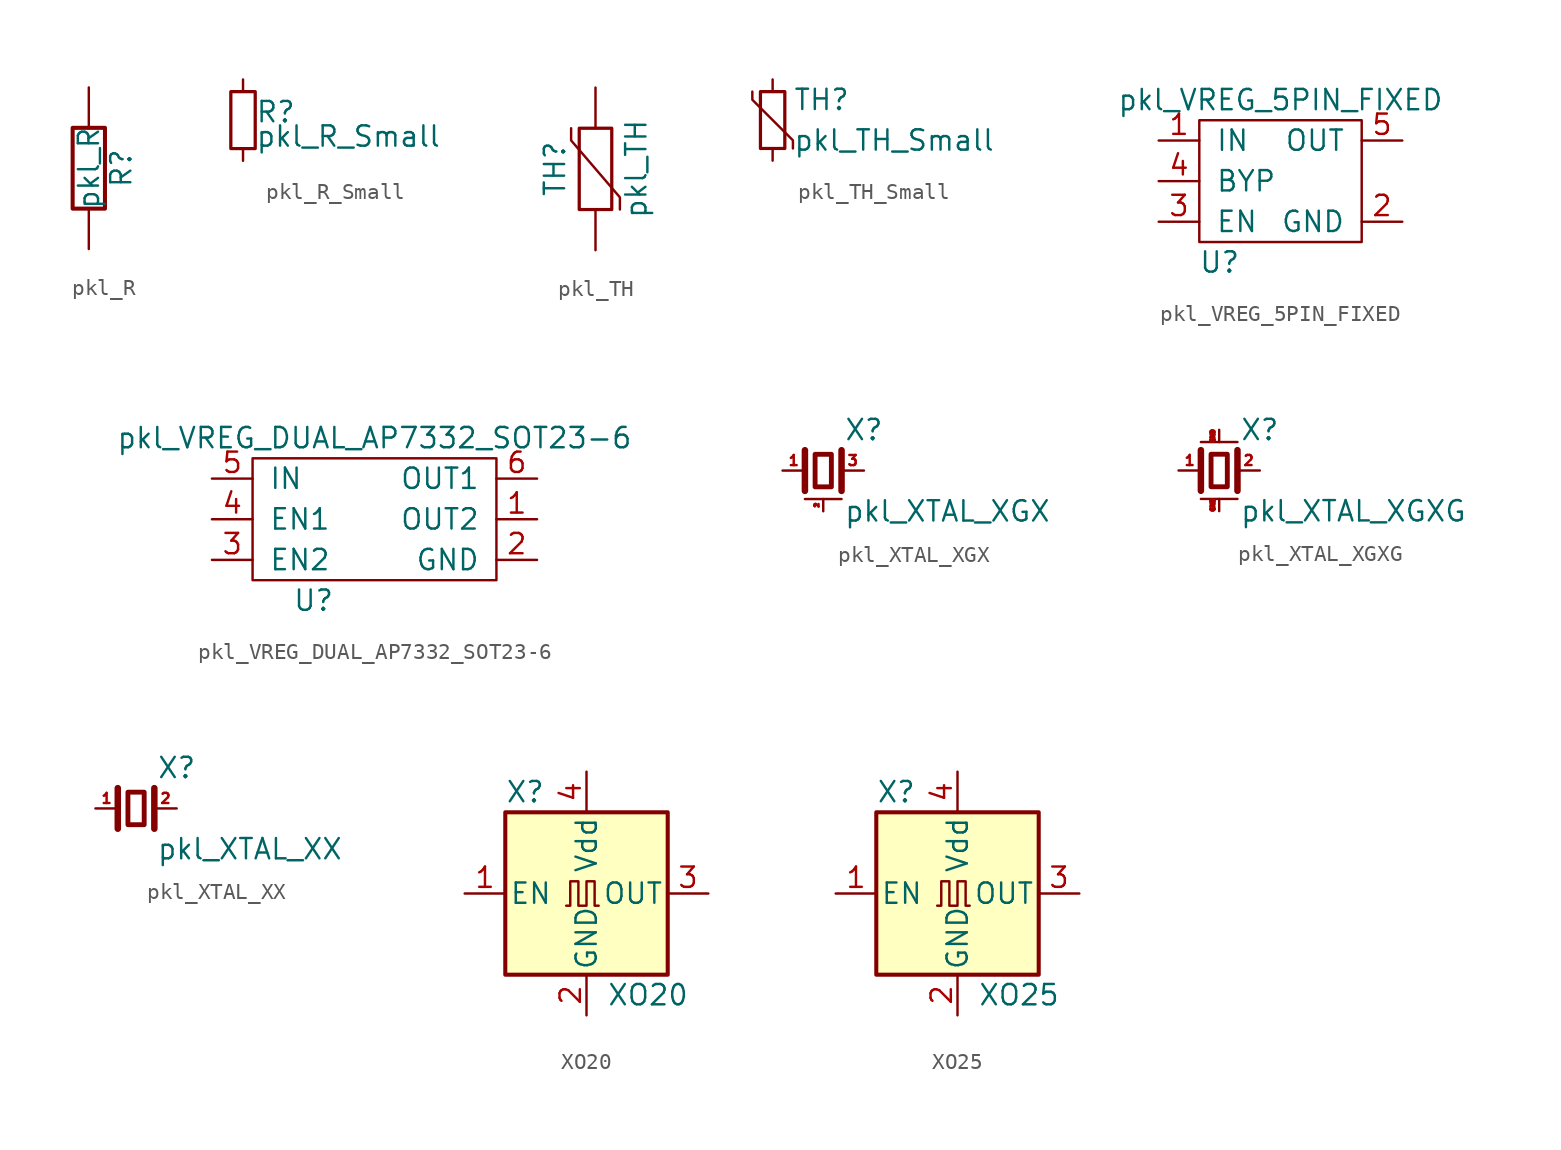
<source format=kicad_sym>
(kicad_symbol_lib
  (version 20220914)
  (generator kicad_symbol_editor)
  (symbol "pkl_R"
    (pin_numbers hide)
    (pin_names
      (offset 0))
    (property "Reference" "R"
      (at 2.032 0 90)
      (effects (font (size 1.27 1.27))))
    (property "Value" "pkl_R"
      (at 0 0 90)
      (effects (font (size 1.27 1.27))))
    (symbol "pkl_R_0_1"
      (rectangle (start -1.016 -2.54) (end 1.016 2.54) (stroke (width 0.254) (type default)) (fill (type none))))
    (symbol "pkl_R_1_1"
      (pin passive line (at 0 5.08 270) (length 2.54) (name "~" (effects (font (size 1.27 1.27)))) (number "1" (effects (font (size 1.27 1.27)))))
      (pin passive line (at 0 -5.08 90) (length 2.54) (name "~" (effects (font (size 1.27 1.27)))) (number "2" (effects (font (size 1.27 1.27)))))))
  (symbol "pkl_R_Small"
    (pin_numbers hide)
    (pin_names
      (offset 0.254) hide)
    (property "Reference" "R"
      (at 0.762 0.508 0)
      (effects (font (size 1.27 1.27)) (justify left)))
    (property "Value" "pkl_R_Small"
      (at 0.762 -1.016 0)
      (effects (font (size 1.27 1.27)) (justify left)))
    (symbol "pkl_R_Small_0_1"
      (rectangle (start -0.762 1.778) (end 0.762 -1.778) (stroke (width 0.203) (type default)) (fill (type none))))
    (symbol "pkl_R_Small_1_1"
      (pin passive line (at 0 2.54 270) (length 0.762) (name "~" (effects (font (size 1.016 1.016)))) (number "1" (effects (font (size 1.016 1.016)))))
      (pin passive line (at 0 -2.54 90) (length 0.762) (name "~" (effects (font (size 1.016 1.016)))) (number "2" (effects (font (size 1.016 1.016)))))))
  (symbol "pkl_TH"
    (pin_numbers hide)
    (pin_names
      (offset 0))
    (property "Reference" "TH"
      (at -2.54 0 90)
      (effects (font (size 1.27 1.27))))
    (property "Value" "pkl_TH"
      (at 2.54 0 90)
      (effects (font (size 1.27 1.27))))
    (symbol "pkl_TH_0_1"
      (rectangle (start -1.016 2.54) (end 1.016 -2.54) (stroke (width 0.203) (type default)) (fill (type none)))
      (polyline (pts (xy -1.524 2.54) (xy -1.524 1.778) (xy 1.524 -1.778) (xy 1.524 -2.54)) (stroke (width 0) (type default)) (fill (type none))))
    (symbol "pkl_TH_1_1"
      (pin passive line (at 0 5.08 270) (length 2.54) (name "~" (effects (font (size 1.27 1.27)))) (number "1" (effects (font (size 1.27 1.27)))))
      (pin passive line (at 0 -5.08 90) (length 2.54) (name "~" (effects (font (size 1.27 1.27)))) (number "2" (effects (font (size 1.27 1.27)))))))
  (symbol "pkl_TH_Small"
    (pin_numbers hide)
    (pin_names
      (offset 0))
    (property "Reference" "TH"
      (at 1.27 1.27 0)
      (effects (font (size 1.27 1.27)) (justify left)))
    (property "Value" "pkl_TH_Small"
      (at 1.27 -1.27 0)
      (effects (font (size 1.27 1.27)) (justify left)))
    (symbol "pkl_TH_Small_0_1"
      (rectangle (start -0.762 1.778) (end 0.762 -1.778) (stroke (width 0.203) (type default)) (fill (type none)))
      (polyline (pts (xy -1.27 1.778) (xy -1.27 1.27) (xy 1.27 -1.27) (xy 1.27 -1.778)) (stroke (width 0) (type default)) (fill (type none))))
    (symbol "pkl_TH_Small_1_1"
      (pin passive line (at 0 2.54 270) (length 0.762) (name "~" (effects (font (size 1.27 1.27)))) (number "1" (effects (font (size 1.27 1.27)))))
      (pin passive line (at 0 -2.54 90) (length 0.762) (name "~" (effects (font (size 1.27 1.27)))) (number "2" (effects (font (size 1.27 1.27)))))))
  (symbol "pkl_VREG_5PIN_FIXED"
    (pin_names
      (offset 1.016))
    (property "Reference" "U"
      (at -3.81 -5.08 0)
      (effects (font (size 1.27 1.27))))
    (property "Value" "pkl_VREG_5PIN_FIXED"
      (at 0 5.08 0)
      (effects (font (size 1.27 1.27))))
    (symbol "pkl_VREG_5PIN_FIXED_0_1"
      (rectangle (start -5.08 3.81) (end 5.08 -3.81) (stroke (width 0) (type default)) (fill (type none))))
    (symbol "pkl_VREG_5PIN_FIXED_1_1"
      (pin power_in line (at -7.62 2.54 0) (length 2.54) (name "IN" (effects (font (size 1.27 1.27)))) (number "1" (effects (font (size 1.27 1.27)))))
      (pin power_in line (at 7.62 -2.54 180) (length 2.54) (name "GND" (effects (font (size 1.27 1.27)))) (number "2" (effects (font (size 1.27 1.27)))))
      (pin input line (at -7.62 -2.54 0) (length 2.54) (name "EN" (effects (font (size 1.27 1.27)))) (number "3" (effects (font (size 1.27 1.27)))))
      (pin power_out line (at -7.62 0 0) (length 2.54) (name "BYP" (effects (font (size 1.27 1.27)))) (number "4" (effects (font (size 1.27 1.27)))))
      (pin power_out line (at 7.62 2.54 180) (length 2.54) (name "OUT" (effects (font (size 1.27 1.27)))) (number "5" (effects (font (size 1.27 1.27)))))))
  (symbol "pkl_VREG_DUAL_AP7332_SOT23-6"
    (pin_names
      (offset 1.016))
    (property "Reference" "U"
      (at -3.81 -5.08 0)
      (effects (font (size 1.27 1.27))))
    (property "Value" "pkl_VREG_DUAL_AP7332_SOT23-6"
      (at 0 5.08 0)
      (effects (font (size 1.27 1.27))))
    (symbol "pkl_VREG_DUAL_AP7332_SOT23-6_0_1"
      (rectangle (start -7.62 3.81) (end 7.62 -3.81) (stroke (width 0) (type default)) (fill (type none))))
    (symbol "pkl_VREG_DUAL_AP7332_SOT23-6_1_1"
      (pin power_out line (at 10.16 0 180) (length 2.54) (name "OUT2" (effects (font (size 1.27 1.27)))) (number "1" (effects (font (size 1.27 1.27)))))
      (pin power_in line (at 10.16 -2.54 180) (length 2.54) (name "GND" (effects (font (size 1.27 1.27)))) (number "2" (effects (font (size 1.27 1.27)))))
      (pin input line (at -10.16 -2.54 0) (length 2.54) (name "EN2" (effects (font (size 1.27 1.27)))) (number "3" (effects (font (size 1.27 1.27)))))
      (pin input line (at -10.16 0 0) (length 2.54) (name "EN1" (effects (font (size 1.27 1.27)))) (number "4" (effects (font (size 1.27 1.27)))))
      (pin power_in line (at -10.16 2.54 0) (length 2.54) (name "IN" (effects (font (size 1.27 1.27)))) (number "5" (effects (font (size 1.27 1.27)))))
      (pin power_out line (at 10.16 2.54 180) (length 2.54) (name "OUT1" (effects (font (size 1.27 1.27)))) (number "6" (effects (font (size 1.27 1.27)))))))
  (symbol "pkl_XTAL_XGX"
    (pin_names
      (offset 1.016) hide)
    (property "Reference" "X"
      (at 2.54 2.54 0)
      (effects (font (size 1.27 1.27))))
    (property "Value" "pkl_XTAL_XGX"
      (at 1.27 -2.54 0)
      (effects (font (size 1.27 1.27)) (justify left)))
    (symbol "pkl_XTAL_XGX_0_1"
      (polyline (pts (xy -1.143 -1.778) (xy 1.143 -1.778)) (stroke (width 0) (type default)) (fill (type none)))
      (polyline (pts (xy -1.143 1.27) (xy -1.143 -1.27)) (stroke (width 0.406) (type default)) (fill (type none)))
      (polyline (pts (xy 1.143 1.27) (xy 1.143 -1.27)) (stroke (width 0.406) (type default)) (fill (type none)))
      (polyline (pts (xy -0.508 1.016) (xy 0.508 1.016) (xy 0.508 -1.016) (xy -0.508 -1.016) (xy -0.508 1.016)) (stroke (width 0.305) (type default)) (fill (type none))))
    (symbol "pkl_XTAL_XGX_1_1"
      (pin passive line (at -2.54 0 0) (length 1.397) (name "1" (effects (font (size 0.508 0.508)))) (number "1" (effects (font (size 0.635 0.635)))))
      (pin passive line (at 0 -2.54 90) (length 0.762) (name "case" (effects (font (size 0.508 0.508)))) (number "2" (effects (font (size 0.254 0.254)))))
      (pin passive line (at 2.54 0 180) (length 1.397) (name "3" (effects (font (size 0.508 0.508)))) (number "3" (effects (font (size 0.635 0.635)))))))
  (symbol "pkl_XTAL_XGXG"
    (pin_names
      (offset 1.016) hide)
    (property "Reference" "X"
      (at 2.54 2.54 0)
      (effects (font (size 1.27 1.27))))
    (property "Value" "pkl_XTAL_XGXG"
      (at 1.27 -2.54 0)
      (effects (font (size 1.27 1.27)) (justify left)))
    (symbol "pkl_XTAL_XGXG_0_1"
      (polyline (pts (xy -1.143 -1.778) (xy 1.143 -1.778)) (stroke (width 0) (type default)) (fill (type none)))
      (polyline (pts (xy -1.143 1.27) (xy -1.143 -1.27)) (stroke (width 0.406) (type default)) (fill (type none)))
      (polyline (pts (xy -1.143 1.778) (xy 1.143 1.778)) (stroke (width 0) (type default)) (fill (type none)))
      (polyline (pts (xy 1.143 1.27) (xy 1.143 -1.27)) (stroke (width 0.406) (type default)) (fill (type none)))
      (polyline (pts (xy -0.508 1.016) (xy 0.508 1.016) (xy 0.508 -1.016) (xy -0.508 -1.016) (xy -0.508 1.016)) (stroke (width 0.305) (type default)) (fill (type none))))
    (symbol "pkl_XTAL_XGXG_1_1"
      (pin passive line (at -2.54 0 0) (length 1.397) (name "1" (effects (font (size 0.508 0.508)))) (number "1" (effects (font (size 0.635 0.635)))))
      (pin passive line (at 2.54 0 180) (length 1.397) (name "2" (effects (font (size 0.508 0.508)))) (number "2" (effects (font (size 0.635 0.635)))))
      (pin passive line (at 0 -2.54 90) (length 0.762) (name "case" (effects (font (size 0.508 0.508)))) (number "GND" (effects (font (size 0.254 0.254)))))
      (pin passive line (at 0 2.54 270) (length 0.762) (name "case" (effects (font (size 0.508 0.508)))) (number "GND" (effects (font (size 0.254 0.254)))))))
  (symbol "pkl_XTAL_XX"
    (pin_names
      (offset 1.016) hide)
    (property "Reference" "X"
      (at 2.54 2.54 0)
      (effects (font (size 1.27 1.27))))
    (property "Value" "pkl_XTAL_XX"
      (at 1.27 -2.54 0)
      (effects (font (size 1.27 1.27)) (justify left)))
    (symbol "pkl_XTAL_XX_0_1"
      (polyline (pts (xy -1.143 1.27) (xy -1.143 -1.27)) (stroke (width 0.406) (type default)) (fill (type none)))
      (polyline (pts (xy 1.143 1.27) (xy 1.143 -1.27)) (stroke (width 0.406) (type default)) (fill (type none)))
      (polyline (pts (xy -0.508 1.016) (xy 0.508 1.016) (xy 0.508 -1.016) (xy -0.508 -1.016) (xy -0.508 1.016)) (stroke (width 0.305) (type default)) (fill (type none))))
    (symbol "pkl_XTAL_XX_1_1"
      (pin passive line (at -2.54 0 0) (length 1.397) (name "1" (effects (font (size 0.508 0.508)))) (number "1" (effects (font (size 0.635 0.635)))))
      (pin passive line (at 2.54 0 180) (length 1.397) (name "2" (effects (font (size 0.508 0.508)))) (number "2" (effects (font (size 0.635 0.635)))))))
  (symbol "XO20"
    (pin_names
      (offset 0.254))
    (property "Reference" "X"
      (at -5.08 6.35 0)
      (effects (font (size 1.27 1.27)) (justify left)))
    (property "Value" "XO20"
      (at 1.27 -6.35 0)
      (effects (font (size 1.27 1.27)) (justify left)))
    (symbol "XO20_0_1"
      (rectangle (start -5.08 5.08) (end 5.08 -5.08) (stroke (width 0.254) (type default)) (fill (type background)))
      (polyline (pts (xy -1.27 -0.762) (xy -1.016 -0.762) (xy -1.016 0.762) (xy -0.508 0.762) (xy -0.508 -0.762) (xy 0 -0.762) (xy 0 0.762) (xy 0.508 0.762) (xy 0.508 -0.762) (xy 0.762 -0.762)) (stroke (width 0) (type default)) (fill (type none))))
    (symbol "XO20_1_1"
      (pin input line (at -7.62 0 0) (length 2.54) (name "EN" (effects (font (size 1.27 1.27)))) (number "1" (effects (font (size 1.27 1.27)))))
      (pin power_in line (at 0 -7.62 90) (length 2.54) (name "GND" (effects (font (size 1.27 1.27)))) (number "2" (effects (font (size 1.27 1.27)))))
      (pin output line (at 7.62 0 180) (length 2.54) (name "OUT" (effects (font (size 1.27 1.27)))) (number "3" (effects (font (size 1.27 1.27)))))
      (pin power_in line (at 0 7.62 270) (length 2.54) (name "Vdd" (effects (font (size 1.27 1.27)))) (number "4" (effects (font (size 1.27 1.27)))))))
  (symbol "XO25"
    (pin_names
      (offset 0.254))
    (property "Reference" "X"
      (at -5.08 6.35 0)
      (effects (font (size 1.27 1.27)) (justify left)))
    (property "Value" "XO25"
      (at 1.27 -6.35 0)
      (effects (font (size 1.27 1.27)) (justify left)))
    (symbol "XO25_0_1"
      (rectangle (start -5.08 5.08) (end 5.08 -5.08) (stroke (width 0.254) (type default)) (fill (type background)))
      (polyline (pts (xy -1.27 -0.762) (xy -1.016 -0.762) (xy -1.016 0.762) (xy -0.508 0.762) (xy -0.508 -0.762) (xy 0 -0.762) (xy 0 0.762) (xy 0.508 0.762) (xy 0.508 -0.762) (xy 0.762 -0.762)) (stroke (width 0) (type default)) (fill (type none))))
    (symbol "XO25_1_1"
      (pin input line (at -7.62 0 0) (length 2.54) (name "EN" (effects (font (size 1.27 1.27)))) (number "1" (effects (font (size 1.27 1.27)))))
      (pin power_in line (at 0 -7.62 90) (length 2.54) (name "GND" (effects (font (size 1.27 1.27)))) (number "2" (effects (font (size 1.27 1.27)))))
      (pin output line (at 7.62 0 180) (length 2.54) (name "OUT" (effects (font (size 1.27 1.27)))) (number "3" (effects (font (size 1.27 1.27)))))
      (pin power_in line (at 0 7.62 270) (length 2.54) (name "Vdd" (effects (font (size 1.27 1.27)))) (number "4" (effects (font (size 1.27 1.27))))))))
</source>
